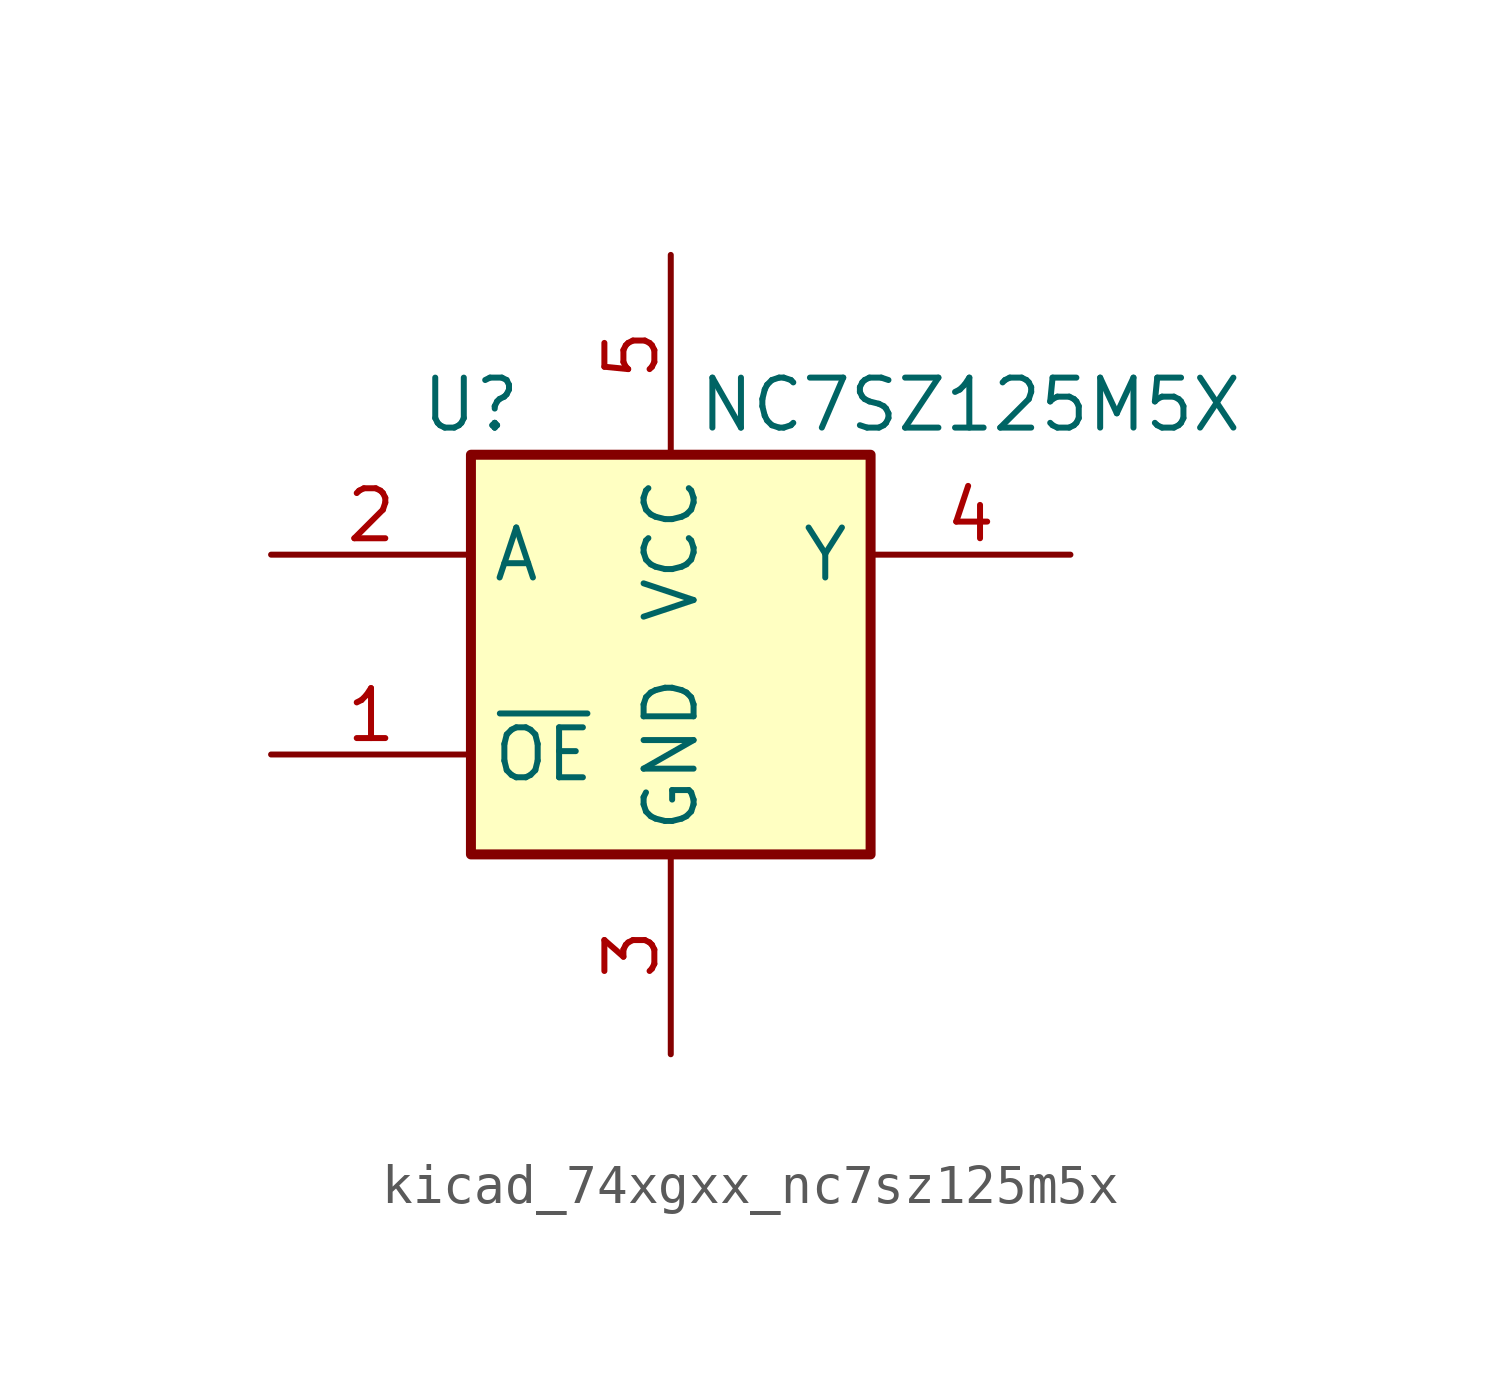
<source format=kicad_sym>
(kicad_symbol_lib
  (version 20220914)
  (generator kicad_symbol_editor)
  (symbol "kicad_74xgxx_nc7sz125m5x"
    (property "Reference" "U"
      (at -5.08 6.35 0)
      (effects (font (size 1.27 1.27))))
    (property "Value" "NC7SZ125M5X"
      (at 7.62 6.35 0)
      (effects (font (size 1.27 1.27))))
    (symbol "kicad_74xgxx_nc7sz125m5x_0_1"
      (rectangle (start -5.08 5.08) (end 5.08 -5.08) (stroke (width 0.254) (type default)) (fill (type background))))
    (symbol "kicad_74xgxx_nc7sz125m5x_1_1"
      (pin input line (at -10.16 -2.54 0) (length 5.08) (name "~{OE}" (effects (font (size 1.27 1.27)))) (number "1" (effects (font (size 1.27 1.27)))))
      (pin input line (at -10.16 2.54 0) (length 5.08) (name "A" (effects (font (size 1.27 1.27)))) (number "2" (effects (font (size 1.27 1.27)))))
      (pin power_in line (at 0 -10.16 90) (length 5.08) (name "GND" (effects (font (size 1.27 1.27)))) (number "3" (effects (font (size 1.27 1.27)))))
      (pin output line (at 10.16 2.54 180) (length 5.08) (name "Y" (effects (font (size 1.27 1.27)))) (number "4" (effects (font (size 1.27 1.27)))))
      (pin power_in line (at 0 10.16 270) (length 5.08) (name "VCC" (effects (font (size 1.27 1.27)))) (number "5" (effects (font (size 1.27 1.27))))))))
</source>
